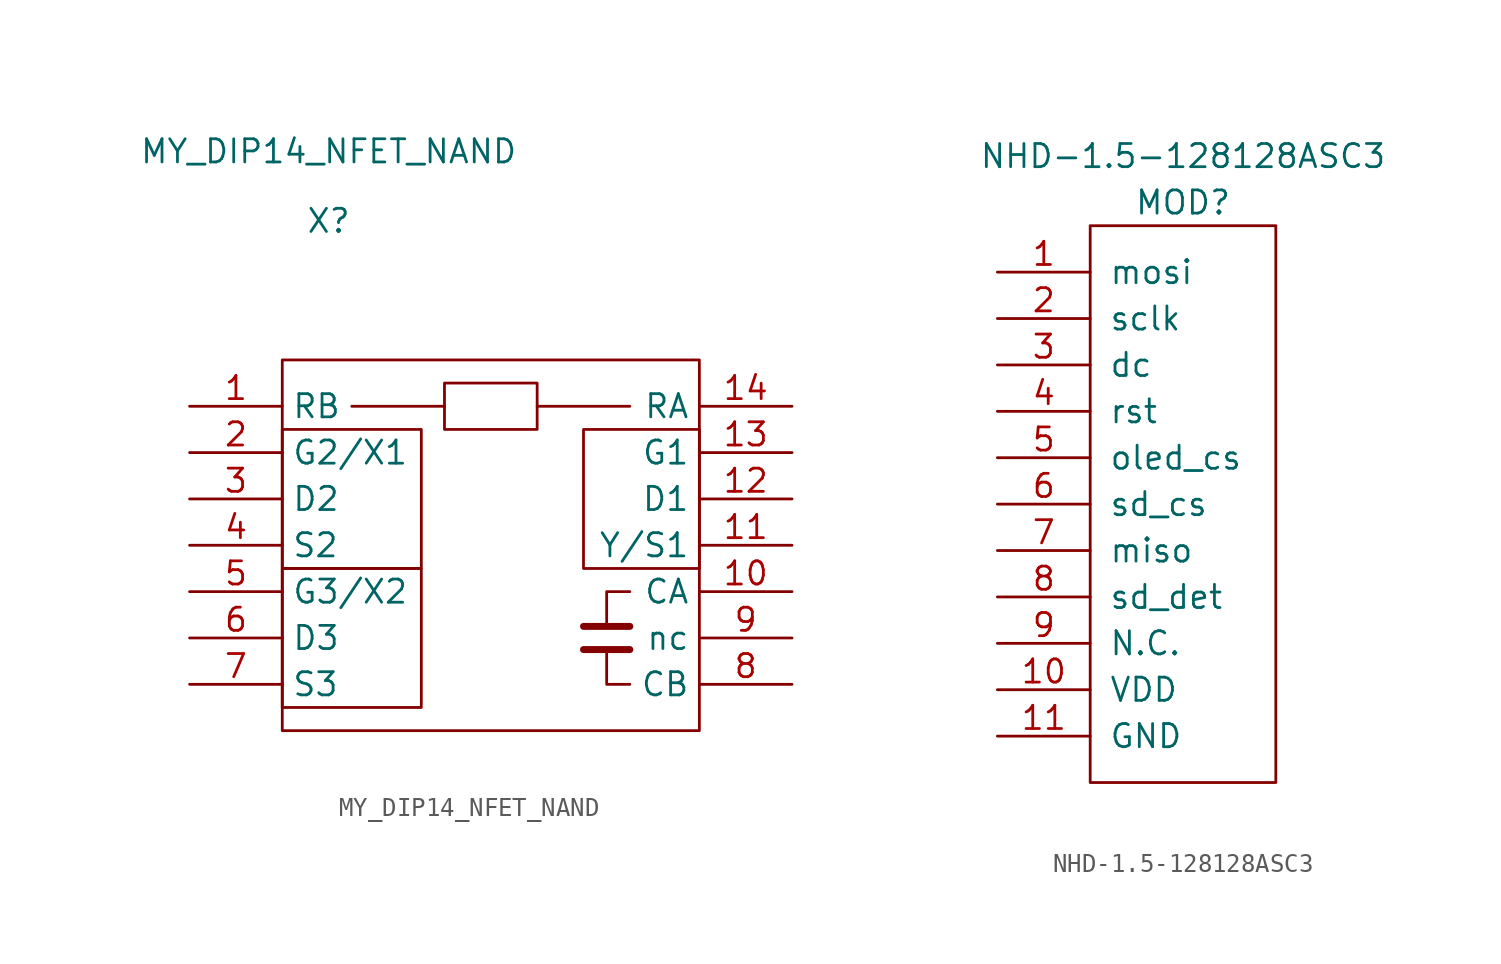
<source format=kicad_sym>
(kicad_symbol_lib
  (version 20211014)
  (generator kicad_symbol_editor)
  (symbol "MY_DIP14_NFET_NAND"
    (property "Reference" "X"
      (at 2.54 7.62 0)
      (effects (font (size 1.27 1.27))))
    (property "Value" "MY_DIP14_NFET_NAND"
      (at 2.54 11.43 0)
      (effects (font (size 1.27 1.27))))
    (symbol "MY_DIP14_NFET_NAND_0_1"
      (rectangle (start 0 -11.43) (end 7.62 -19.05) (stroke (width 0) (type default) (color 0 0 0 0)) (fill (type none)))
      (rectangle (start 0 -3.81) (end 7.62 -11.43) (stroke (width 0) (type default) (color 0 0 0 0)) (fill (type none)))
      (polyline (pts (xy 8.89 -2.54) (xy 3.81 -2.54)) (stroke (width 0) (type default) (color 0 0 0 0)) (fill (type none)))
      (polyline (pts (xy 16.51 -14.605) (xy 19.05 -14.605)) (stroke (width 0.381) (type default) (color 0 0 0 0)) (fill (type none)))
      (polyline (pts (xy 19.05 -15.875) (xy 16.51 -15.875)) (stroke (width 0.381) (type default) (color 0 0 0 0)) (fill (type none)))
      (polyline (pts (xy 19.05 -2.54) (xy 13.97 -2.54)) (stroke (width 0) (type default) (color 0 0 0 0)) (fill (type none)))
      (polyline (pts (xy 19.05 -17.78) (xy 17.78 -17.78) (xy 17.78 -15.875)) (stroke (width 0) (type default) (color 0 0 0 0)) (fill (type none)))
      (polyline (pts (xy 19.05 -12.7) (xy 17.78 -12.7) (xy 17.78 -14.605)) (stroke (width 0) (type default) (color 0 0 0 0)) (fill (type none)))
      (rectangle (start 0 0) (end 22.86 -20.32) (stroke (width 0) (type default) (color 0 0 0 0)) (fill (type none)))
      (rectangle (start 8.89 -1.27) (end 13.97 -3.81) (stroke (width 0) (type default) (color 0 0 0 0)) (fill (type none)))
      (rectangle (start 22.86 -11.43) (end 16.51 -3.81) (stroke (width 0) (type default) (color 0 0 0 0)) (fill (type none))))
    (symbol "MY_DIP14_NFET_NAND_1_1"
      (pin passive line (at -5.08 -2.54 0) (length 5.08) (name "RB" (effects (font (size 1.27 1.27)))) (number "1" (effects (font (size 1.27 1.27)))))
      (pin passive line (at 27.94 -12.7 180) (length 5.08) (name "CA" (effects (font (size 1.27 1.27)))) (number "10" (effects (font (size 1.27 1.27)))))
      (pin passive line (at 27.94 -10.16 180) (length 5.08) (name "Y/S1" (effects (font (size 1.27 1.27)))) (number "11" (effects (font (size 1.27 1.27)))))
      (pin passive line (at 27.94 -7.62 180) (length 5.08) (name "D1" (effects (font (size 1.27 1.27)))) (number "12" (effects (font (size 1.27 1.27)))))
      (pin passive line (at 27.94 -5.08 180) (length 5.08) (name "G1" (effects (font (size 1.27 1.27)))) (number "13" (effects (font (size 1.27 1.27)))))
      (pin passive line (at 27.94 -2.54 180) (length 5.08) (name "RA" (effects (font (size 1.27 1.27)))) (number "14" (effects (font (size 1.27 1.27)))))
      (pin passive line (at -5.08 -5.08 0) (length 5.08) (name "G2/X1" (effects (font (size 1.27 1.27)))) (number "2" (effects (font (size 1.27 1.27)))))
      (pin passive line (at -5.08 -7.62 0) (length 5.08) (name "D2" (effects (font (size 1.27 1.27)))) (number "3" (effects (font (size 1.27 1.27)))))
      (pin passive line (at -5.08 -10.16 0) (length 5.08) (name "S2" (effects (font (size 1.27 1.27)))) (number "4" (effects (font (size 1.27 1.27)))))
      (pin passive line (at -5.08 -12.7 0) (length 5.08) (name "G3/X2" (effects (font (size 1.27 1.27)))) (number "5" (effects (font (size 1.27 1.27)))))
      (pin passive line (at -5.08 -15.24 0) (length 5.08) (name "D3" (effects (font (size 1.27 1.27)))) (number "6" (effects (font (size 1.27 1.27)))))
      (pin passive line (at -5.08 -17.78 0) (length 5.08) (name "S3" (effects (font (size 1.27 1.27)))) (number "7" (effects (font (size 1.27 1.27)))))
      (pin passive line (at 27.94 -17.78 180) (length 5.08) (name "CB" (effects (font (size 1.27 1.27)))) (number "8" (effects (font (size 1.27 1.27)))))
      (pin passive line (at 27.94 -15.24 180) (length 5.08) (name "nc" (effects (font (size 1.27 1.27)))) (number "9" (effects (font (size 1.27 1.27)))))))
  (symbol "NHD-1.5-128128ASC3"
    (pin_names
      (offset 1.016))
    (property "Reference" "MOD"
      (at 0 16.51 0)
      (effects (font (size 1.27 1.27))))
    (property "Value" "NHD-1.5-128128ASC3"
      (at 0 19.05 0)
      (effects (font (size 1.27 1.27))))
    (symbol "NHD-1.5-128128ASC3_0_1"
      (rectangle (start -5.08 15.24) (end 5.08 -15.24) (stroke (width 0) (type default) (color 0 0 0 0)) (fill (type none))))
    (symbol "NHD-1.5-128128ASC3_1_1"
      (pin passive line (at -10.16 12.7 0) (length 5.08) (name "mosi" (effects (font (size 1.27 1.27)))) (number "1" (effects (font (size 1.27 1.27)))))
      (pin passive line (at -10.16 -10.16 0) (length 5.08) (name "VDD" (effects (font (size 1.27 1.27)))) (number "10" (effects (font (size 1.27 1.27)))))
      (pin passive line (at -10.16 -12.7 0) (length 5.08) (name "GND" (effects (font (size 1.27 1.27)))) (number "11" (effects (font (size 1.27 1.27)))))
      (pin passive line (at -10.16 10.16 0) (length 5.08) (name "sclk" (effects (font (size 1.27 1.27)))) (number "2" (effects (font (size 1.27 1.27)))))
      (pin passive line (at -10.16 7.62 0) (length 5.08) (name "dc" (effects (font (size 1.27 1.27)))) (number "3" (effects (font (size 1.27 1.27)))))
      (pin passive line (at -10.16 5.08 0) (length 5.08) (name "rst" (effects (font (size 1.27 1.27)))) (number "4" (effects (font (size 1.27 1.27)))))
      (pin passive line (at -10.16 2.54 0) (length 5.08) (name "oled_cs" (effects (font (size 1.27 1.27)))) (number "5" (effects (font (size 1.27 1.27)))))
      (pin passive line (at -10.16 0 0) (length 5.08) (name "sd_cs" (effects (font (size 1.27 1.27)))) (number "6" (effects (font (size 1.27 1.27)))))
      (pin passive line (at -10.16 -2.54 0) (length 5.08) (name "miso" (effects (font (size 1.27 1.27)))) (number "7" (effects (font (size 1.27 1.27)))))
      (pin passive line (at -10.16 -5.08 0) (length 5.08) (name "sd_det" (effects (font (size 1.27 1.27)))) (number "8" (effects (font (size 1.27 1.27)))))
      (pin passive line (at -10.16 -7.62 0) (length 5.08) (name "N.C." (effects (font (size 1.27 1.27)))) (number "9" (effects (font (size 1.27 1.27))))))))
</source>
